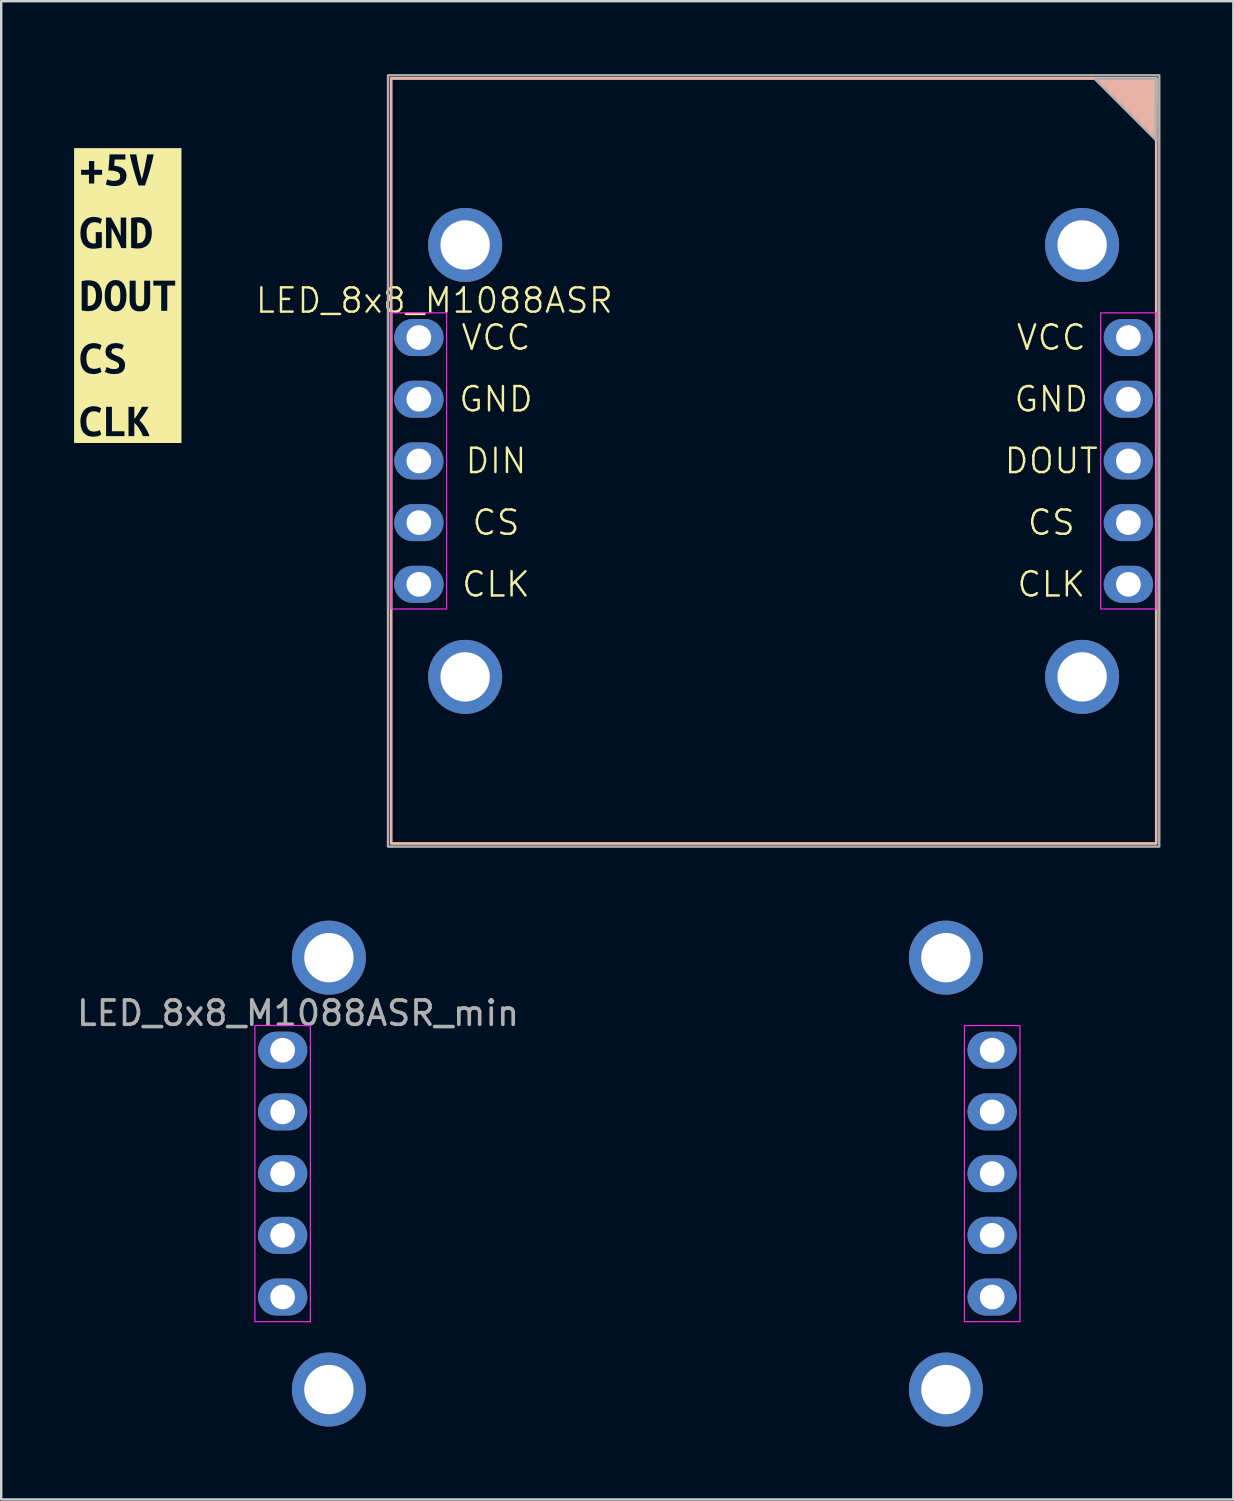
<source format=kicad_pcb>
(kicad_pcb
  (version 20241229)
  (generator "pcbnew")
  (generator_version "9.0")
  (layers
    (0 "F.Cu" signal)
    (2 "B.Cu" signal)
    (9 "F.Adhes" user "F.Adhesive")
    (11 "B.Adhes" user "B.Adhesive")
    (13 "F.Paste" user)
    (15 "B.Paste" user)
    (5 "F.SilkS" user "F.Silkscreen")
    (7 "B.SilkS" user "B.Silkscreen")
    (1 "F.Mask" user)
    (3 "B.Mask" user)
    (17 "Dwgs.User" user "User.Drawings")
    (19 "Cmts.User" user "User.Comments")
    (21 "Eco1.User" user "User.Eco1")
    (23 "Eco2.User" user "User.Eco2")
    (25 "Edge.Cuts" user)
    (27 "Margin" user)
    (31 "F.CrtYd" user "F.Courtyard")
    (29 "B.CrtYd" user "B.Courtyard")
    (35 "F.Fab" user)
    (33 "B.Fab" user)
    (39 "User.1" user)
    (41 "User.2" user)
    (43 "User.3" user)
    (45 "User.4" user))
  (footprint "kibuzzard-646134FF"
    (layer "F.Cu")
    (at 2.21 9.118)
    (property "Reference" "kibuzzard-646134FF" (at 0 -9.117 0) (layer "F.SilkS") (effects (font (size 0.001 0.001) (thickness 0.15))))
    (attr board_only exclude_from_pos_files exclude_from_bom)
    (fp_poly (pts (xy -1.65 0.426) (xy -1.628 0.428) (xy -1.606 0.428) (xy -1.465 0.396) (xy -1.373 0.307) (xy -1.323 0.174) (xy -1.308 0.005) (xy -1.32 -0.151) (xy -1.362 -0.286) (xy -1.444 -0.379) (xy -1.578 -0.414) (xy -1.614 -0.413) (xy -1.65 -0.408) (xy -1.65 0.426)) (stroke (width 0) (type solid)) (fill yes) (layer "F.SilkS"))
    (fp_poly (pts (xy 0.388 -2.157) (xy 0.411 -2.155) (xy 0.433 -2.155) (xy 0.576 -2.187) (xy 0.67 -2.277) (xy 0.721 -2.412) (xy 0.732 -2.494) (xy 0.736 -2.584) (xy 0.724 -2.743) (xy 0.681 -2.879) (xy 0.598 -2.973) (xy 0.461 -3.009) (xy 0.425 -3.008) (xy 0.388 -3.003) (xy 0.388 -2.157)) (stroke (width 0) (type solid)) (fill yes) (layer "F.SilkS"))
    (fp_poly (pts (xy -0.699 0.005) (xy -0.691 0.174) (xy -0.663 0.312) (xy -0.604 0.404) (xy -0.502 0.438) (xy -0.401 0.404) (xy -0.341 0.311) (xy -0.313 0.173) (xy -0.306 0.005) (xy -0.313 -0.164) (xy -0.341 -0.302) (xy -0.4 -0.394) (xy -0.502 -0.428) (xy -0.604 -0.394) (xy -0.663 -0.301) (xy -0.691 -0.163) (xy -0.699 0.005)) (stroke (width 0) (type solid)) (fill yes) (layer "F.SilkS"))
    (fp_poly (pts (xy -1.952 -6.069) (xy -2.21 -6.069) (xy -2.21 6.069) (xy -1.952 6.069) (xy -1.429 6.069) (xy -1.429 5.811) (xy -1.585 5.793) (xy -1.715 5.738) (xy -1.818 5.647) (xy -1.893 5.523) (xy -1.937 5.368) (xy -1.952 5.182) (xy -1.942 5.04) (xy -1.911 4.915) (xy -1.863 4.807) (xy -1.798 4.718) (xy -1.718 4.646) (xy -1.624 4.595) (xy -1.519 4.564) (xy -1.42 4.554) (xy -1.42 3.231) (xy -1.579 3.213) (xy -1.711 3.158) (xy -1.815 3.066) (xy -1.875 2.974) (xy -1.917 2.865) (xy -1.943 2.738) (xy -1.952 2.594) (xy -1.941 2.45) (xy -1.91 2.323) (xy -1.86 2.214) (xy -1.795 2.123) (xy -1.714 2.05) (xy -1.632 2.006) (xy -1.632 0.642) (xy -1.761 0.635) (xy -1.897 0.612) (xy -1.897 -0.598) (xy -1.738 -0.622) (xy -1.6 -0.628) (xy -1.483 -0.619) (xy -1.436 -0.607) (xy -1.436 -1.927) (xy -1.548 -1.938) (xy -1.648 -1.969) (xy -1.736 -2.021) (xy -1.81 -2.093) (xy -1.869 -2.185) (xy -1.913 -2.298) (xy -1.941 -2.431) (xy -1.95 -2.584) (xy -1.939 -2.735) (xy -1.907 -2.868) (xy -1.857 -2.981) (xy -1.791 -3.074) (xy -1.712 -3.147) (xy -1.619 -3.199) (xy -1.515 -3.23) (xy -1.405 -3.241) (xy -1.38 -3.238) (xy -1.38 -4.612) (xy -1.598 -4.612) (xy -1.598 -4.971) (xy -1.922 -4.971) (xy -1.922 -5.179) (xy -1.598 -5.179) (xy -1.598 -5.538) (xy -1.38 -5.538) (xy -1.38 -5.179) (xy -1.056 -5.179) (xy -1.056 -4.971) (xy -1.38 -4.971) (xy -1.38 -4.612) (xy -1.38 -3.238) (xy -1.274 -3.229) (xy -1.173 -3.204) (xy -1.103 -3.174) (xy -1.061 -3.149) (xy -1.127 -2.95) (xy -1.236 -3.001) (xy -1.371 -3.023) (xy -1.521 -2.991) (xy -1.622 -2.9) (xy -1.679 -2.762) (xy -1.692 -2.677) (xy -1.696 -2.584) (xy -1.688 -2.447) (xy -1.664 -2.336) (xy -1.625 -2.251) (xy -1.537 -2.171) (xy -1.415 -2.145) (xy -1.366 -2.147) (xy -1.318 -2.153) (xy -1.318 -2.612) (xy -1.068 -2.612) (xy -1.068 -1.984) (xy -1.207 -1.948) (xy -1.311 -1.932) (xy -1.436 -1.927) (xy -1.436 -0.607) (xy -1.377 -0.592) (xy -1.283 -0.546) (xy -1.205 -0.479) (xy -1.143 -0.391) (xy -1.096 -0.283) (xy -1.067 -0.151) (xy -1.057 0.005) (xy -1.068 0.164) (xy -1.1 0.298) (xy -1.152 0.408) (xy -1.219 0.496) (xy -1.303 0.562) (xy -1.401 0.607) (xy -1.511 0.633) (xy -1.632 0.642) (xy -1.632 2.006) (xy -1.619 1.998) (xy -1.512 1.966) (xy -1.397 1.956) (xy -1.279 1.967) (xy -1.187 1.991) (xy -1.121 2.021) (xy -1.081 2.045) (xy -1.144 2.238) (xy -1.253 2.188) (xy -1.401 2.167) (xy -1.512 2.188) (xy -1.609 2.257) (xy -1.678 2.386) (xy -1.698 2.477) (xy -1.705 2.588) (xy -1.687 2.773) (xy -1.633 2.909) (xy -1.538 2.992) (xy -1.397 3.02) (xy -1.24 2.998) (xy -1.14 2.955) (xy -1.079 3.147) (xy -1.218 3.205) (xy -1.312 3.225) (xy -1.42 3.231) (xy -1.42 4.554) (xy -1.405 4.553) (xy -1.289 4.564) (xy -1.199 4.588) (xy -1.134 4.617) (xy -1.094 4.641) (xy -1.156 4.831) (xy -1.264 4.782) (xy -1.409 4.761) (xy -1.519 4.782) (xy -1.615 4.85) (xy -1.683 4.977) (xy -1.702 5.067) (xy -1.709 5.176) (xy -1.691 5.358) (xy -1.638 5.492) (xy -1.544 5.575) (xy -1.405 5.602) (xy -1.25 5.581) (xy -1.152 5.538) (xy -1.092 5.727) (xy -1.229 5.784) (xy -1.322 5.804) (xy -1.429 5.811) (xy -1.429 6.069) (xy -0.136 6.069) (xy -0.136 5.785) (xy -0.893 5.785) (xy -0.893 4.58) (xy -0.652 4.58) (xy -0.652 5.587) (xy -0.559 5.587) (xy -0.559 3.231) (xy -0.696 3.223) (xy -0.802 3.199) (xy -0.938 3.139) (xy -0.867 2.941) (xy -0.74 3) (xy -0.658 3.021) (xy -0.559 3.028) (xy -0.458 3.015) (xy -0.393 2.98) (xy -0.361 2.928) (xy -0.352 2.87) (xy -0.374 2.803) (xy -0.429 2.751) (xy -0.504 2.709) (xy -0.587 2.675) (xy -0.701 2.629) (xy -0.809 2.564) (xy -0.889 2.466) (xy -0.921 2.321) (xy -0.893 2.168) (xy -0.809 2.052) (xy -0.677 1.98) (xy -0.502 1.956) (xy -0.5 1.956) (xy -0.5 0.652) (xy -0.634 0.634) (xy -0.745 0.58) (xy -0.834 0.489) (xy -0.884 0.397) (xy -0.92 0.286) (xy -0.942 0.155) (xy -0.949 0.005) (xy -0.942 -0.146) (xy -0.919 -0.276) (xy -0.882 -0.387) (xy -0.831 -0.479) (xy -0.742 -0.57) (xy -0.632 -0.624) (xy -0.502 -0.642) (xy -0.368 -0.624) (xy -0.266 -0.574) (xy -0.266 -1.954) (xy -0.325 -2.093) (xy -0.387 -2.232) (xy -0.452 -2.371) (xy -0.521 -2.51) (xy -0.593 -2.65) (xy -0.669 -2.789) (xy -0.669 -1.954) (xy -0.895 -1.954) (xy -0.895 -3.212) (xy -0.693 -3.212) (xy -0.637 -3.119) (xy -0.58 -3.018) (xy -0.556 -2.974) (xy -0.556 -4.506) (xy -0.657 -4.513) (xy -0.756 -4.528) (xy -0.842 -4.55) (xy -0.901 -4.573) (xy -0.849 -4.783) (xy -0.734 -4.742) (xy -0.655 -4.728) (xy -0.558 -4.723) (xy -0.435 -4.74) (xy -0.359 -4.782) (xy -0.321 -4.841) (xy -0.311 -4.909) (xy -0.328 -5.007) (xy -0.398 -5.083) (xy -0.548 -5.133) (xy -0.66 -5.146) (xy -0.802 -5.15) (xy -0.783 -5.322) (xy -0.769 -5.49) (xy -0.758 -5.653) (xy -0.75 -5.811) (xy -0.098 -5.811) (xy -0.098 -5.6) (xy -0.538 -5.6) (xy -0.548 -5.462) (xy -0.558 -5.344) (xy -0.402 -5.323) (xy -0.275 -5.282) (xy -0.176 -5.221) (xy -0.106 -5.139) (xy -0.064 -5.039) (xy -0.051 -4.919) (xy -0.081 -4.755) (xy -0.176 -4.624) (xy -0.248 -4.575) (xy -0.335 -4.537) (xy -0.438 -4.514) (xy -0.556 -4.506) (xy -0.556 -2.974) (xy -0.523 -2.914) (xy -0.469 -2.81) (xy -0.417 -2.707) (xy -0.369 -2.608) (xy -0.327 -2.517) (xy -0.291 -2.438) (xy -0.291 -3.212) (xy -0.065 -3.212) (xy -0.065 -1.954) (xy -0.266 -1.954) (xy -0.266 -0.574) (xy -0.257 -0.57) (xy -0.17 -0.479) (xy -0.12 -0.387) (xy -0.084 -0.276) (xy -0.062 -0.146) (xy -0.055 0.005) (xy -0.063 0.155) (xy -0.084 0.286) (xy -0.121 0.397) (xy -0.172 0.489) (xy -0.26 0.58) (xy -0.369 0.634) (xy -0.5 0.652) (xy -0.5 1.956) (xy -0.397 1.962) (xy -0.305 1.981) (xy -0.164 2.039) (xy -0.235 2.226) (xy -0.345 2.179) (xy -0.484 2.159) (xy -0.629 2.194) (xy -0.678 2.299) (xy -0.658 2.362) (xy -0.608 2.409) (xy -0.539 2.445) (xy -0.462 2.475) (xy -0.343 2.523) (xy -0.228 2.595) (xy -0.143 2.705) (xy -0.117 2.78) (xy -0.109 2.872) (xy -0.137 3.024) (xy -0.221 3.138) (xy -0.308 3.19) (xy -0.421 3.221) (xy -0.559 3.231) (xy -0.559 5.587) (xy -0.136 5.587) (xy -0.136 5.785) (xy -0.136 6.069) (xy 0.623 6.069) (xy 0.623 5.785) (xy 0.562 5.638) (xy 0.52 5.561) (xy 0.474 5.485) (xy 0.424 5.412) (xy 0.371 5.344) (xy 0.269 5.234) (xy 0.269 5.785) (xy 0.03 5.785) (xy 0.03 4.58) (xy 0.269 4.58) (xy 0.269 5.081) (xy 0.359 4.96) (xy 0.447 4.828) (xy 0.496 4.745) (xy 0.496 0.652) (xy 0.385 0.644) (xy 0.294 0.619) (xy 0.165 0.524) (xy 0.097 0.374) (xy 0.082 0.28) (xy 0.077 0.177) (xy 0.077 -0.614) (xy 0.325 -0.614) (xy 0.325 0.161) (xy 0.333 0.292) (xy 0.36 0.378) (xy 0.407 0.418) (xy 0.407 -1.937) (xy 0.275 -1.944) (xy 0.138 -1.968) (xy 0.138 -3.196) (xy 0.299 -3.22) (xy 0.439 -3.226) (xy 0.443 -3.226) (xy 0.443 -4.533) (xy 0.392 -4.685) (xy 0.337 -4.855) (xy 0.301 -4.975) (xy 0.266 -5.094) (xy 0.232 -5.213) (xy 0.2 -5.33) (xy 0.171 -5.443) (xy 0.143 -5.551) (xy 0.109 -5.695) (xy 0.086 -5.811) (xy 0.354 -5.811) (xy 0.369 -5.704) (xy 0.391 -5.581) (xy 0.417 -5.448) (xy 0.446 -5.31) (xy 0.477 -5.172) (xy 0.51 -5.036) (xy 0.544 -4.908) (xy 0.577 -4.793) (xy 0.61 -4.906) (xy 0.643 -5.034) (xy 0.675 -5.17) (xy 0.705 -5.308) (xy 0.733 -5.446) (xy 0.758 -5.58) (xy 0.781 -5.703) (xy 0.8 -5.811) (xy 1.066 -5.811) (xy 1.038 -5.68) (xy 1.005 -5.534) (xy 0.966 -5.378) (xy 0.923 -5.213) (xy 0.891 -5.1) (xy 0.857 -4.986) (xy 0.82 -4.871) (xy 0.783 -4.756) (xy 0.744 -4.643) (xy 0.705 -4.533) (xy 0.443 -4.533) (xy 0.443 -3.226) (xy 0.558 -3.217) (xy 0.666 -3.19) (xy 0.761 -3.143) (xy 0.84 -3.075) (xy 0.903 -2.986) (xy 0.95 -2.876) (xy 0.98 -2.742) (xy 0.99 -2.584) (xy 0.979 -2.422) (xy 0.946 -2.286) (xy 0.894 -2.174) (xy 0.825 -2.086) (xy 0.741 -2.019) (xy 0.641 -1.973) (xy 0.529 -1.946) (xy 0.407 -1.937) (xy 0.407 0.418) (xy 0.414 0.424) (xy 0.5 0.438) (xy 0.586 0.424) (xy 0.64 0.377) (xy 0.668 0.29) (xy 0.676 0.159) (xy 0.676 -0.614) (xy 0.922 -0.614) (xy 0.922 0.177) (xy 0.917 0.28) (xy 0.902 0.374) (xy 0.832 0.524) (xy 0.7 0.619) (xy 0.608 0.644) (xy 0.496 0.652) (xy 0.496 4.745) (xy 0.524 4.697) (xy 0.583 4.58) (xy 0.853 4.58) (xy 0.788 4.7) (xy 0.701 4.84) (xy 0.651 4.914) (xy 0.597 4.989) (xy 0.54 5.064) (xy 0.481 5.135) (xy 0.542 5.198) (xy 0.604 5.27) (xy 0.665 5.348) (xy 0.722 5.432) (xy 0.775 5.52) (xy 0.822 5.609) (xy 0.862 5.699) (xy 0.894 5.785) (xy 0.623 5.785) (xy 0.623 6.069) (xy 1.626 6.069) (xy 1.626 0.626) (xy 1.377 0.626) (xy 1.377 -0.41) (xy 1.051 -0.41) (xy 1.051 -0.614) (xy 1.952 -0.614) (xy 1.952 -0.41) (xy 1.626 -0.41) (xy 1.626 0.626) (xy 1.626 6.069) (xy 1.952 6.069) (xy 2.21 6.069) (xy 2.21 -6.069) (xy 1.952 -6.069) (xy -1.952 -6.069)) (stroke (width 0) (type solid)) (fill yes) (layer "F.SilkS")))
  (footprint "LED_8x8_M1088ASR"
    (layer "F.Cu")
    (at 28.798 15.925)
    (property "Reference" "LED_8x8_M1088ASR" (at -13.97 -6.604 0) (unlocked yes) (layer "F.SilkS") (effects (font (size 1 1) (thickness 0.1))))
    (attr smd)
    (fp_rect (start 15.748 15.748) (end -15.748 -15.748) (stroke (width 0.1) (type default)) (fill no) (layer "F.SilkS"))
    (fp_poly (pts (xy 15.748 -15.748) (xy 15.748 -14.732) (xy 14.732 -15.748)) (stroke (width 0.1) (type solid)) (fill yes) (layer "F.SilkS"))
    (fp_rect (start 15.748 15.748) (end -15.748 -15.748) (stroke (width 0.1) (type default)) (fill no) (layer "B.SilkS"))
    (fp_poly (pts (xy 15.748 -13.208) (xy 15.748 -15.748) (xy 13.208 -15.748)) (stroke (width 0.1) (type solid)) (fill yes) (layer "B.SilkS"))
    (fp_rect (start -15.748 -6.096) (end -13.462 6.096) (stroke (width 0.05) (type default)) (fill no) (layer "F.CrtYd"))
    (fp_rect (start 13.462 -6.096) (end 15.748 6.096) (stroke (width 0.05) (type default)) (fill no) (layer "F.CrtYd"))
    (fp_rect (start 15.875 15.875) (end -15.875 -15.875) (stroke (width 0.1) (type default)) (fill no) (layer "F.Fab"))
    (fp_poly (pts (xy 15.728 -15.728) (xy 15.728 -13.228) (xy 13.228 -15.728)) (stroke (width 0.1) (type solid)) (fill no) (layer "F.Fab"))
    (fp_text user "CLK" (at 11.43 5.08 0) (unlocked yes) (layer "F.SilkS") (effects (font (size 1 1) (thickness 0.1))))
    (fp_text user "VCC" (at -11.43 -5.08 0) (unlocked yes) (layer "F.SilkS") (effects (font (size 1 1) (thickness 0.1))))
    (fp_text user "DIN" (at -11.43 0 0) (unlocked yes) (layer "F.SilkS") (effects (font (size 1 1) (thickness 0.1))))
    (fp_text user "CS" (at -11.43 2.54 0) (unlocked yes) (layer "F.SilkS") (effects (font (size 1 1) (thickness 0.1))))
    (fp_text user "GND" (at 11.43 -2.54 0) (unlocked yes) (layer "F.SilkS") (effects (font (size 1 1) (thickness 0.1))))
    (fp_text user "GND" (at -11.43 -2.54 0) (unlocked yes) (layer "F.SilkS") (effects (font (size 1 1) (thickness 0.1))))
    (fp_text user "CS" (at 11.43 2.54 0) (unlocked yes) (layer "F.SilkS") (effects (font (size 1 1) (thickness 0.1))))
    (fp_text user "DOUT" (at 11.43 0 0) (unlocked yes) (layer "F.SilkS") (effects (font (size 1 1) (thickness 0.1))))
    (fp_text user "CLK" (at -11.43 5.08 0) (unlocked yes) (layer "F.SilkS") (effects (font (size 1 1) (thickness 0.1))))
    (fp_text user "VCC" (at 11.43 -5.08 0) (unlocked yes) (layer "F.SilkS") (effects (font (size 1 1) (thickness 0.1))))
    (pad "" np_thru_hole circle (at -12.7 -8.89) (size 3.048 3.048) (drill 2.032) (layers "*.Cu" "*.Mask"))
    (pad "" np_thru_hole circle (at -12.7 8.89) (size 3.048 3.048) (drill 2.032) (layers "*.Cu" "*.Mask"))
    (pad "" np_thru_hole circle (at 12.7 -8.89) (size 3.048 3.048) (drill 2.032) (layers "*.Cu" "*.Mask"))
    (pad "" np_thru_hole circle (at 12.7 8.89) (size 3.048 3.048) (drill 2.032) (layers "*.Cu" "*.Mask"))
    (pad "CLK" thru_hole oval (at -14.605 5.08 180) (size 2.032 1.524) (drill 1.016) (layers "*.Cu" "*.Mask"))
    (pad "CLK" thru_hole oval (at 14.605 5.08 180) (size 2.032 1.524) (drill 1.016) (layers "*.Cu" "*.Mask"))
    (pad "CS" thru_hole oval (at -14.605 2.54 180) (size 2.032 1.524) (drill 1.016) (layers "*.Cu" "*.Mask"))
    (pad "CS" thru_hole oval (at 14.605 2.54 180) (size 2.032 1.524) (drill 1.016) (layers "*.Cu" "*.Mask"))
    (pad "DIN" thru_hole oval (at -14.605 0 180) (size 2.032 1.524) (drill 1.016) (layers "*.Cu" "*.Mask"))
    (pad "DOUT" thru_hole oval (at 14.605 0 180) (size 2.032 1.524) (drill 1.016) (layers "*.Cu" "*.Mask"))
    (pad "GND" thru_hole oval (at -14.605 -2.54 180) (size 2.032 1.524) (drill 1.016) (layers "*.Cu" "*.Mask"))
    (pad "GND" thru_hole oval (at 14.605 -2.54 180) (size 2.032 1.524) (drill 1.016) (layers "*.Cu" "*.Mask"))
    (pad "VCC" thru_hole oval (at -14.605 -5.08 180) (size 2.032 1.524) (drill 1.016) (layers "*.Cu" "*.Mask"))
    (pad "VCC" thru_hole oval (at 14.605 -5.08 180) (size 2.032 1.524) (drill 1.016) (layers "*.Cu" "*.Mask")))
  (footprint "LED_8x8_M1088ASR_min"
    (layer "F.Cu")
    (at 23.19 45.264)
    (property "Reference" "LED_8x8_M1088ASR_min" (at -13.97 -6.604 0) (unlocked yes) (layer "F.SilkS") (effects (font (size 1 1) (thickness 0.1))))
    (attr smd)
    (fp_rect (start -15.748 -6.096) (end -13.462 6.096) (stroke (width 0.05) (type default)) (fill no) (layer "F.CrtYd"))
    (fp_rect (start 13.462 -6.096) (end 15.748 6.096) (stroke (width 0.05) (type default)) (fill no) (layer "F.CrtYd"))
    (fp_text user "${REFERENCE}" (at -13.97 -6.604 0) (unlocked yes) (layer "F.Fab") (effects (font (size 1 1) (thickness 0.15))))
    (pad "" np_thru_hole circle (at -12.7 -8.89) (size 3.048 3.048) (drill 2.032) (layers "*.Cu" "*.Mask"))
    (pad "" np_thru_hole circle (at -12.7 8.89) (size 3.048 3.048) (drill 2.032) (layers "*.Cu" "*.Mask"))
    (pad "" np_thru_hole circle (at 12.7 -8.89) (size 3.048 3.048) (drill 2.032) (layers "*.Cu" "*.Mask"))
    (pad "" np_thru_hole circle (at 12.7 8.89) (size 3.048 3.048) (drill 2.032) (layers "*.Cu" "*.Mask"))
    (pad "CLK" thru_hole oval (at -14.605 5.08 180) (size 2.032 1.524) (drill 1.016) (layers "*.Cu" "*.Mask"))
    (pad "CLK" thru_hole oval (at 14.605 5.08 180) (size 2.032 1.524) (drill 1.016) (layers "*.Cu" "*.Mask"))
    (pad "CS" thru_hole oval (at -14.605 2.54 180) (size 2.032 1.524) (drill 1.016) (layers "*.Cu" "*.Mask"))
    (pad "CS" thru_hole oval (at 14.605 2.54 180) (size 2.032 1.524) (drill 1.016) (layers "*.Cu" "*.Mask"))
    (pad "DIN" thru_hole oval (at -14.605 0 180) (size 2.032 1.524) (drill 1.016) (layers "*.Cu" "*.Mask"))
    (pad "DOUT" thru_hole oval (at 14.605 0 180) (size 2.032 1.524) (drill 1.016) (layers "*.Cu" "*.Mask"))
    (pad "GND" thru_hole oval (at -14.605 -2.54 180) (size 2.032 1.524) (drill 1.016) (layers "*.Cu" "*.Mask"))
    (pad "GND" thru_hole oval (at 14.605 -2.54 180) (size 2.032 1.524) (drill 1.016) (layers "*.Cu" "*.Mask"))
    (pad "VCC" thru_hole oval (at -14.605 -5.08 180) (size 2.032 1.524) (drill 1.016) (layers "*.Cu" "*.Mask"))
    (pad "VCC" thru_hole oval (at 14.605 -5.08 180) (size 2.032 1.524) (drill 1.016) (layers "*.Cu" "*.Mask")))
  (gr_rect
    (start -3 -3)
    (end 47.723 58.678)
    (stroke (width 0.1) (type default))
    (fill no)
    (layer "Edge.Cuts")))
</source>
